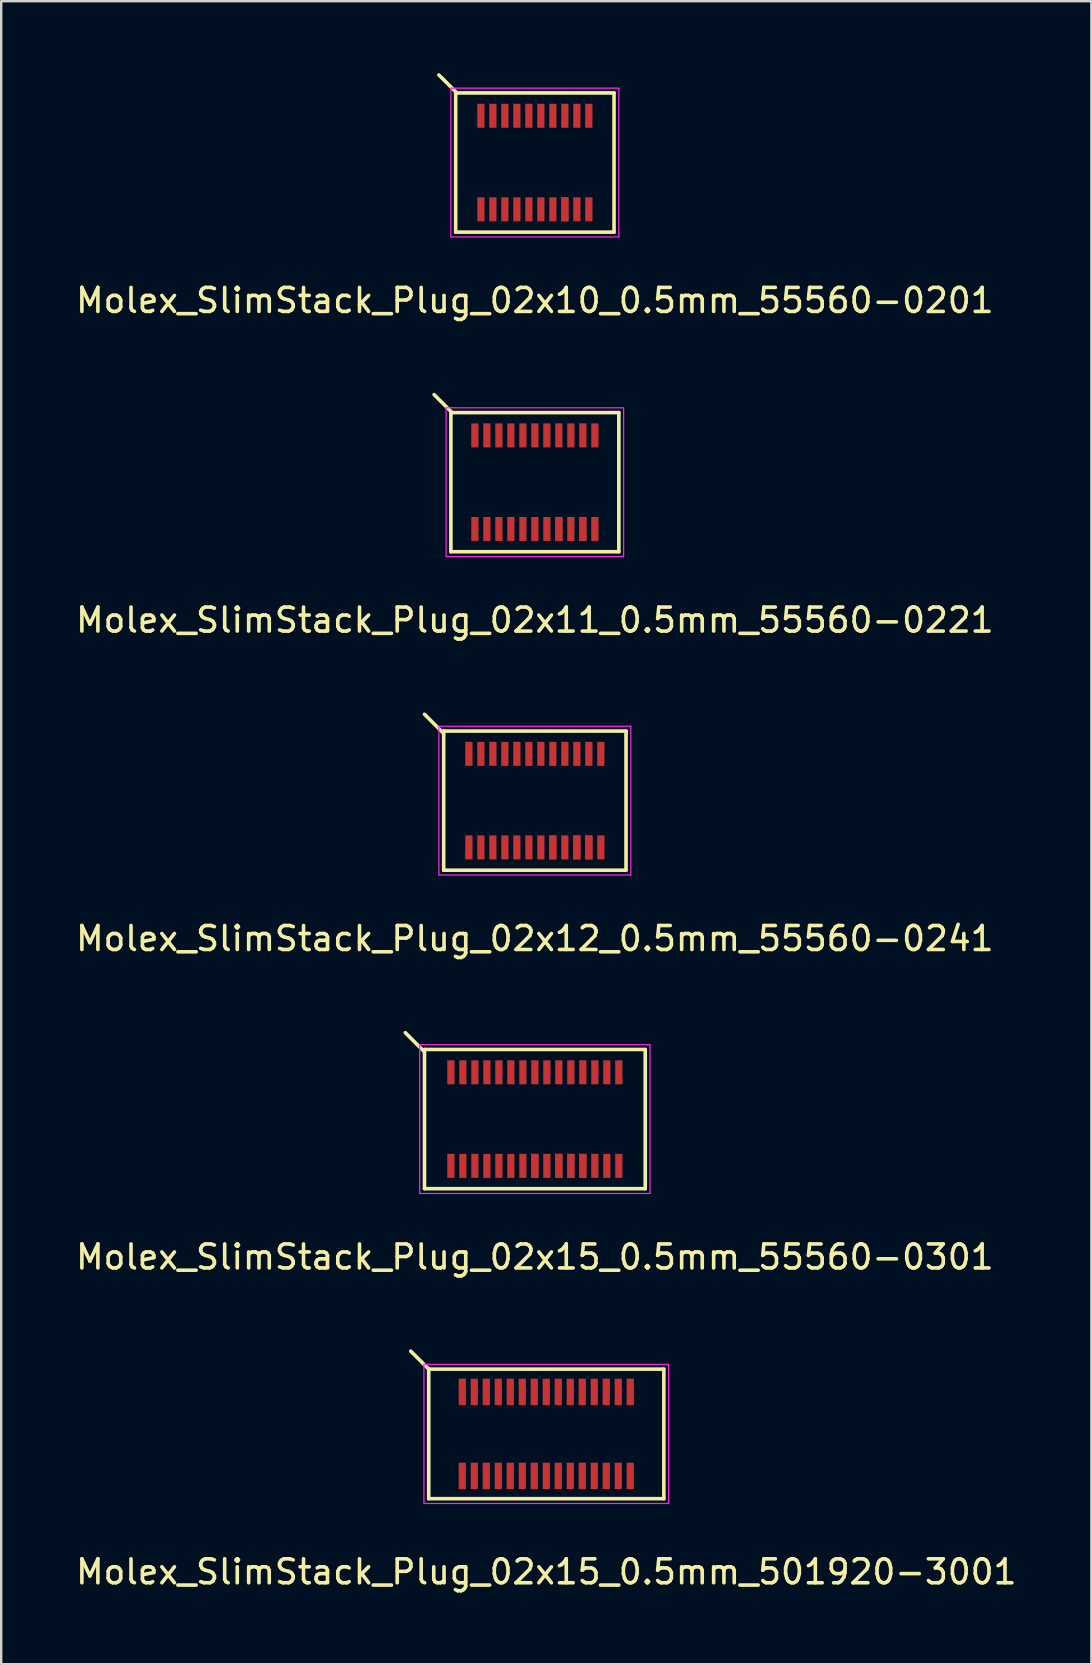
<source format=kicad_pcb>
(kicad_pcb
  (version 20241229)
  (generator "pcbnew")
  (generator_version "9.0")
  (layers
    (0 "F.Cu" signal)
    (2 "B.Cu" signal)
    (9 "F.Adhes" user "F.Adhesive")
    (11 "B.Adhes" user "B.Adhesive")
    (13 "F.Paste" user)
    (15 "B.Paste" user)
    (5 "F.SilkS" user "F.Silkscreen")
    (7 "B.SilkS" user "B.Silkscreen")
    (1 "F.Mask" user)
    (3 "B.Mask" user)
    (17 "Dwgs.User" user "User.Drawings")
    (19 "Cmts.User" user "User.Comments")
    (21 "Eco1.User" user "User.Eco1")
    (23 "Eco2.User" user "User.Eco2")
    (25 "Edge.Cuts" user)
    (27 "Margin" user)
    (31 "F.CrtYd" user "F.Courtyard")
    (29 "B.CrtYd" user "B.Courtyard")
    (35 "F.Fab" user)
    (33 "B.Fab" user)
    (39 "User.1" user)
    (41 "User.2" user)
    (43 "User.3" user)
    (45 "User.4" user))
  (footprint "Molex_SlimStack_Plug_02x15_0.5mm_55560-0301"
    (layer "F.Cu")
    (at 19.244 43.595)
    (property "Reference" "Molex_SlimStack_Plug_02x15_0.5mm_55560-0301" (at 0 5.75 0) (layer "F.SilkS") (effects (font (size 1 1) (thickness 0.15))))
    (attr smd)
    (fp_line (start -4.65 -2.85) (end -5.4 -3.6) (stroke (width 0.15) (type solid)) (layer "F.SilkS"))
    (fp_line (start -4.6 -2.9) (end -4.6 2.9) (stroke (width 0.15) (type solid)) (layer "F.SilkS"))
    (fp_line (start -4.6 2.9) (end 4.6 2.9) (stroke (width 0.15) (type solid)) (layer "F.SilkS"))
    (fp_line (start 4.6 -2.9) (end -4.6 -2.9) (stroke (width 0.15) (type solid)) (layer "F.SilkS"))
    (fp_line (start 4.6 2.9) (end 4.6 -2.9) (stroke (width 0.15) (type solid)) (layer "F.SilkS"))
    (fp_line (start -4.8 -3.1) (end -4.8 3.1) (stroke (width 0.05) (type solid)) (layer "F.CrtYd"))
    (fp_line (start -4.8 3.1) (end 4.8 3.1) (stroke (width 0.05) (type solid)) (layer "F.CrtYd"))
    (fp_line (start 4.8 -3.1) (end -4.8 -3.1) (stroke (width 0.05) (type solid)) (layer "F.CrtYd"))
    (fp_line (start 4.8 3.1) (end 4.8 -3.1) (stroke (width 0.05) (type solid)) (layer "F.CrtYd"))
    (pad "1" smd rect (at -3.5 -1.95) (size 0.3 1) (layers "F.Cu" "F.Mask" "F.Paste"))
    (pad "2" smd rect (at -3.5 1.95) (size 0.3 1) (layers "F.Cu" "F.Mask" "F.Paste"))
    (pad "3" smd rect (at -3 -1.95) (size 0.3 1) (layers "F.Cu" "F.Mask" "F.Paste"))
    (pad "4" smd rect (at -3 1.95) (size 0.3 1) (layers "F.Cu" "F.Mask" "F.Paste"))
    (pad "5" smd rect (at -2.5 -1.95) (size 0.3 1) (layers "F.Cu" "F.Mask" "F.Paste"))
    (pad "6" smd rect (at -2.5 1.95) (size 0.3 1) (layers "F.Cu" "F.Mask" "F.Paste"))
    (pad "7" smd rect (at -2 -1.95) (size 0.3 1) (layers "F.Cu" "F.Mask" "F.Paste"))
    (pad "8" smd rect (at -2 1.95) (size 0.3 1) (layers "F.Cu" "F.Mask" "F.Paste"))
    (pad "9" smd rect (at -1.5 -1.95) (size 0.3 1) (layers "F.Cu" "F.Mask" "F.Paste"))
    (pad "10" smd rect (at -1.5 1.95) (size 0.3 1) (layers "F.Cu" "F.Mask" "F.Paste"))
    (pad "11" smd rect (at -1 -1.95) (size 0.3 1) (layers "F.Cu" "F.Mask" "F.Paste"))
    (pad "12" smd rect (at -1 1.95) (size 0.3 1) (layers "F.Cu" "F.Mask" "F.Paste"))
    (pad "13" smd rect (at -0.5 -1.95) (size 0.3 1) (layers "F.Cu" "F.Mask" "F.Paste"))
    (pad "14" smd rect (at -0.5 1.95) (size 0.3 1) (layers "F.Cu" "F.Mask" "F.Paste"))
    (pad "15" smd rect (at 0 -1.95) (size 0.3 1) (layers "F.Cu" "F.Mask" "F.Paste"))
    (pad "16" smd rect (at 0 1.95) (size 0.3 1) (layers "F.Cu" "F.Mask" "F.Paste"))
    (pad "16" smd rect (at 0 1.95) (size 0.3 1) (layers "F.Cu" "F.Mask" "F.Paste"))
    (pad "17" smd rect (at 0.5 -1.95) (size 0.3 1) (layers "F.Cu" "F.Mask" "F.Paste"))
    (pad "18" smd rect (at 0.5 1.95) (size 0.3 1) (layers "F.Cu" "F.Mask" "F.Paste"))
    (pad "19" smd rect (at 1 -1.95) (size 0.3 1) (layers "F.Cu" "F.Mask" "F.Paste"))
    (pad "20" smd rect (at 1 1.95) (size 0.3 1) (layers "F.Cu" "F.Mask" "F.Paste"))
    (pad "20" smd rect (at 1 1.95) (size 0.3 1) (layers "F.Cu" "F.Mask" "F.Paste"))
    (pad "21" smd rect (at 1.5 -1.95) (size 0.3 1) (layers "F.Cu" "F.Mask" "F.Paste"))
    (pad "22" smd rect (at 1.5 1.95) (size 0.3 1) (layers "F.Cu" "F.Mask" "F.Paste"))
    (pad "22" smd rect (at 1.5 1.95) (size 0.3 1) (layers "F.Cu" "F.Mask" "F.Paste"))
    (pad "23" smd rect (at 2 -1.95) (size 0.3 1) (layers "F.Cu" "F.Mask" "F.Paste"))
    (pad "24" smd rect (at 2 1.95) (size 0.3 1) (layers "F.Cu" "F.Mask" "F.Paste"))
    (pad "24" smd rect (at 2 1.95) (size 0.3 1) (layers "F.Cu" "F.Mask" "F.Paste"))
    (pad "25" smd rect (at 2.5 -1.95) (size 0.3 1) (layers "F.Cu" "F.Mask" "F.Paste"))
    (pad "26" smd rect (at 2.5 1.95) (size 0.3 1) (layers "F.Cu" "F.Mask" "F.Paste"))
    (pad "27" smd rect (at 3 -1.95) (size 0.3 1) (layers "F.Cu" "F.Mask" "F.Paste"))
    (pad "28" smd rect (at 3 1.95) (size 0.3 1) (layers "F.Cu" "F.Mask" "F.Paste"))
    (pad "29" smd rect (at 3.5 -1.95) (size 0.3 1) (layers "F.Cu" "F.Mask" "F.Paste"))
    (pad "30" smd rect (at 3.5 1.95) (size 0.3 1) (layers "F.Cu" "F.Mask" "F.Paste")))
  (footprint "Molex_SlimStack_Plug_02x12_0.5mm_55560-0241"
    (layer "F.Cu")
    (at 19.244 30.322)
    (property "Reference" "Molex_SlimStack_Plug_02x12_0.5mm_55560-0241" (at 0 5.75 0) (layer "F.SilkS") (effects (font (size 1 1) (thickness 0.15))))
    (attr smd)
    (fp_line (start -3.85 -2.85) (end -4.6 -3.6) (stroke (width 0.15) (type solid)) (layer "F.SilkS"))
    (fp_line (start -3.8 -2.9) (end -3.8 2.9) (stroke (width 0.15) (type solid)) (layer "F.SilkS"))
    (fp_line (start -3.8 2.9) (end 3.8 2.9) (stroke (width 0.15) (type solid)) (layer "F.SilkS"))
    (fp_line (start 3.8 -2.9) (end -3.8 -2.9) (stroke (width 0.15) (type solid)) (layer "F.SilkS"))
    (fp_line (start 3.8 2.9) (end 3.8 -2.9) (stroke (width 0.15) (type solid)) (layer "F.SilkS"))
    (fp_line (start -4 -3.1) (end -4 3.1) (stroke (width 0.05) (type solid)) (layer "F.CrtYd"))
    (fp_line (start -4 3.1) (end 4 3.1) (stroke (width 0.05) (type solid)) (layer "F.CrtYd"))
    (fp_line (start 4 -3.1) (end -4 -3.1) (stroke (width 0.05) (type solid)) (layer "F.CrtYd"))
    (fp_line (start 4 3.1) (end 4 -3.1) (stroke (width 0.05) (type solid)) (layer "F.CrtYd"))
    (pad "1" smd rect (at -2.75 -1.95) (size 0.3 1) (layers "F.Cu" "F.Mask" "F.Paste"))
    (pad "2" smd rect (at -2.75 1.95) (size 0.3 1) (layers "F.Cu" "F.Mask" "F.Paste"))
    (pad "3" smd rect (at -2.25 -1.95) (size 0.3 1) (layers "F.Cu" "F.Mask" "F.Paste"))
    (pad "4" smd rect (at -2.25 1.95) (size 0.3 1) (layers "F.Cu" "F.Mask" "F.Paste"))
    (pad "5" smd rect (at -1.75 -1.95) (size 0.3 1) (layers "F.Cu" "F.Mask" "F.Paste"))
    (pad "6" smd rect (at -1.75 1.95) (size 0.3 1) (layers "F.Cu" "F.Mask" "F.Paste"))
    (pad "7" smd rect (at -1.25 -1.95) (size 0.3 1) (layers "F.Cu" "F.Mask" "F.Paste"))
    (pad "8" smd rect (at -1.25 1.95) (size 0.3 1) (layers "F.Cu" "F.Mask" "F.Paste"))
    (pad "9" smd rect (at -0.75 -1.95) (size 0.3 1) (layers "F.Cu" "F.Mask" "F.Paste"))
    (pad "10" smd rect (at -0.75 1.95) (size 0.3 1) (layers "F.Cu" "F.Mask" "F.Paste"))
    (pad "11" smd rect (at -0.25 -1.95) (size 0.3 1) (layers "F.Cu" "F.Mask" "F.Paste"))
    (pad "12" smd rect (at -0.25 1.95) (size 0.3 1) (layers "F.Cu" "F.Mask" "F.Paste"))
    (pad "13" smd rect (at 0.25 -1.95) (size 0.3 1) (layers "F.Cu" "F.Mask" "F.Paste"))
    (pad "14" smd rect (at 0.25 1.95) (size 0.3 1) (layers "F.Cu" "F.Mask" "F.Paste"))
    (pad "15" smd rect (at 0.75 -1.95) (size 0.3 1) (layers "F.Cu" "F.Mask" "F.Paste"))
    (pad "16" smd rect (at 0.75 1.95) (size 0.3 1) (layers "F.Cu" "F.Mask" "F.Paste"))
    (pad "16" smd rect (at 0.75 1.95) (size 0.3 1) (layers "F.Cu" "F.Mask" "F.Paste"))
    (pad "17" smd rect (at 1.25 -1.95) (size 0.3 1) (layers "F.Cu" "F.Mask" "F.Paste"))
    (pad "18" smd rect (at 1.25 1.95) (size 0.3 1) (layers "F.Cu" "F.Mask" "F.Paste"))
    (pad "19" smd rect (at 1.75 -1.95) (size 0.3 1) (layers "F.Cu" "F.Mask" "F.Paste"))
    (pad "20" smd rect (at 1.75 1.95) (size 0.3 1) (layers "F.Cu" "F.Mask" "F.Paste"))
    (pad "20" smd rect (at 1.75 1.95) (size 0.3 1) (layers "F.Cu" "F.Mask" "F.Paste"))
    (pad "21" smd rect (at 2.25 -1.95) (size 0.3 1) (layers "F.Cu" "F.Mask" "F.Paste"))
    (pad "22" smd rect (at 2.25 1.95) (size 0.3 1) (layers "F.Cu" "F.Mask" "F.Paste"))
    (pad "22" smd rect (at 2.25 1.95) (size 0.3 1) (layers "F.Cu" "F.Mask" "F.Paste"))
    (pad "23" smd rect (at 2.75 -1.95) (size 0.3 1) (layers "F.Cu" "F.Mask" "F.Paste"))
    (pad "24" smd rect (at 2.75 1.95) (size 0.3 1) (layers "F.Cu" "F.Mask" "F.Paste")))
  (footprint "Molex_SlimStack_Plug_02x10_0.5mm_55560-0201"
    (layer "F.Cu")
    (at 19.244 3.725)
    (property "Reference" "Molex_SlimStack_Plug_02x10_0.5mm_55560-0201" (at 0 5.75 0) (layer "F.SilkS") (effects (font (size 1 1) (thickness 0.15))))
    (attr smd)
    (fp_line (start -3.3 -2.9) (end -3.3 2.9) (stroke (width 0.15) (type solid)) (layer "F.SilkS"))
    (fp_line (start -3.3 2.9) (end 3.3 2.9) (stroke (width 0.15) (type solid)) (layer "F.SilkS"))
    (fp_line (start -3.25 -2.9) (end -4 -3.65) (stroke (width 0.15) (type solid)) (layer "F.SilkS"))
    (fp_line (start 3.3 -2.9) (end -3.3 -2.9) (stroke (width 0.15) (type solid)) (layer "F.SilkS"))
    (fp_line (start 3.3 2.9) (end 3.3 -2.9) (stroke (width 0.15) (type solid)) (layer "F.SilkS"))
    (fp_line (start -3.5 -3.1) (end -3.5 3.1) (stroke (width 0.05) (type solid)) (layer "F.CrtYd"))
    (fp_line (start -3.5 3.1) (end 3.5 3.1) (stroke (width 0.05) (type solid)) (layer "F.CrtYd"))
    (fp_line (start 3.5 -3.1) (end -3.5 -3.1) (stroke (width 0.05) (type solid)) (layer "F.CrtYd"))
    (fp_line (start 3.5 3.1) (end 3.5 -3.1) (stroke (width 0.05) (type solid)) (layer "F.CrtYd"))
    (pad "1" smd rect (at -2.25 -1.95) (size 0.3 1) (layers "F.Cu" "F.Mask" "F.Paste"))
    (pad "2" smd rect (at -2.25 1.95) (size 0.3 1) (layers "F.Cu" "F.Mask" "F.Paste"))
    (pad "3" smd rect (at -1.75 -1.95) (size 0.3 1) (layers "F.Cu" "F.Mask" "F.Paste"))
    (pad "4" smd rect (at -1.75 1.95) (size 0.3 1) (layers "F.Cu" "F.Mask" "F.Paste"))
    (pad "5" smd rect (at -1.25 -1.95) (size 0.3 1) (layers "F.Cu" "F.Mask" "F.Paste"))
    (pad "6" smd rect (at -1.25 1.95) (size 0.3 1) (layers "F.Cu" "F.Mask" "F.Paste"))
    (pad "7" smd rect (at -0.75 -1.95) (size 0.3 1) (layers "F.Cu" "F.Mask" "F.Paste"))
    (pad "8" smd rect (at -0.75 1.95) (size 0.3 1) (layers "F.Cu" "F.Mask" "F.Paste"))
    (pad "9" smd rect (at -0.25 -1.95) (size 0.3 1) (layers "F.Cu" "F.Mask" "F.Paste"))
    (pad "10" smd rect (at -0.25 1.95) (size 0.3 1) (layers "F.Cu" "F.Mask" "F.Paste"))
    (pad "11" smd rect (at 0.25 -1.95) (size 0.3 1) (layers "F.Cu" "F.Mask" "F.Paste"))
    (pad "12" smd rect (at 0.25 1.95) (size 0.3 1) (layers "F.Cu" "F.Mask" "F.Paste"))
    (pad "13" smd rect (at 0.75 -1.95) (size 0.3 1) (layers "F.Cu" "F.Mask" "F.Paste"))
    (pad "14" smd rect (at 0.75 1.95) (size 0.3 1) (layers "F.Cu" "F.Mask" "F.Paste"))
    (pad "15" smd rect (at 1.25 -1.95) (size 0.3 1) (layers "F.Cu" "F.Mask" "F.Paste"))
    (pad "16" smd rect (at 1.25 1.95) (size 0.3 1) (layers "F.Cu" "F.Mask" "F.Paste"))
    (pad "16" smd rect (at 1.25 1.95) (size 0.3 1) (layers "F.Cu" "F.Mask" "F.Paste"))
    (pad "17" smd rect (at 1.75 -1.95) (size 0.3 1) (layers "F.Cu" "F.Mask" "F.Paste"))
    (pad "18" smd rect (at 1.75 1.95) (size 0.3 1) (layers "F.Cu" "F.Mask" "F.Paste"))
    (pad "19" smd rect (at 2.25 -1.95) (size 0.3 1) (layers "F.Cu" "F.Mask" "F.Paste"))
    (pad "20" smd rect (at 2.25 1.95) (size 0.3 1) (layers "F.Cu" "F.Mask" "F.Paste")))
  (footprint "Molex_SlimStack_Plug_02x11_0.5mm_55560-0221"
    (layer "F.Cu")
    (at 19.244 17.048)
    (property "Reference" "Molex_SlimStack_Plug_02x11_0.5mm_55560-0221" (at 0 5.75 0) (layer "F.SilkS") (effects (font (size 1 1) (thickness 0.15))))
    (attr smd)
    (fp_line (start -3.5 -2.9) (end -3.5 2.9) (stroke (width 0.15) (type solid)) (layer "F.SilkS"))
    (fp_line (start -3.5 2.9) (end 3.5 2.9) (stroke (width 0.15) (type solid)) (layer "F.SilkS"))
    (fp_line (start -3.45 -2.9) (end -4.2 -3.65) (stroke (width 0.15) (type solid)) (layer "F.SilkS"))
    (fp_line (start 3.5 -2.9) (end -3.5 -2.9) (stroke (width 0.15) (type solid)) (layer "F.SilkS"))
    (fp_line (start 3.5 2.9) (end 3.5 -2.9) (stroke (width 0.15) (type solid)) (layer "F.SilkS"))
    (fp_line (start -3.7 -3.1) (end -3.7 3.1) (stroke (width 0.05) (type solid)) (layer "F.CrtYd"))
    (fp_line (start -3.7 3.1) (end 3.7 3.1) (stroke (width 0.05) (type solid)) (layer "F.CrtYd"))
    (fp_line (start 3.7 -3.1) (end -3.7 -3.1) (stroke (width 0.05) (type solid)) (layer "F.CrtYd"))
    (fp_line (start 3.7 3.1) (end 3.7 -3.1) (stroke (width 0.05) (type solid)) (layer "F.CrtYd"))
    (pad "1" smd rect (at -2.5 -1.95) (size 0.3 1) (layers "F.Cu" "F.Mask" "F.Paste"))
    (pad "2" smd rect (at -2.5 1.95) (size 0.3 1) (layers "F.Cu" "F.Mask" "F.Paste"))
    (pad "3" smd rect (at -2 -1.95) (size 0.3 1) (layers "F.Cu" "F.Mask" "F.Paste"))
    (pad "4" smd rect (at -2 1.95) (size 0.3 1) (layers "F.Cu" "F.Mask" "F.Paste"))
    (pad "5" smd rect (at -1.5 -1.95) (size 0.3 1) (layers "F.Cu" "F.Mask" "F.Paste"))
    (pad "6" smd rect (at -1.5 1.95) (size 0.3 1) (layers "F.Cu" "F.Mask" "F.Paste"))
    (pad "7" smd rect (at -1 -1.95) (size 0.3 1) (layers "F.Cu" "F.Mask" "F.Paste"))
    (pad "8" smd rect (at -1 1.95) (size 0.3 1) (layers "F.Cu" "F.Mask" "F.Paste"))
    (pad "9" smd rect (at -0.5 -1.95) (size 0.3 1) (layers "F.Cu" "F.Mask" "F.Paste"))
    (pad "10" smd rect (at -0.5 1.95) (size 0.3 1) (layers "F.Cu" "F.Mask" "F.Paste"))
    (pad "11" smd rect (at 0 -1.95) (size 0.3 1) (layers "F.Cu" "F.Mask" "F.Paste"))
    (pad "12" smd rect (at 0 1.95) (size 0.3 1) (layers "F.Cu" "F.Mask" "F.Paste"))
    (pad "13" smd rect (at 0.5 -1.95) (size 0.3 1) (layers "F.Cu" "F.Mask" "F.Paste"))
    (pad "14" smd rect (at 0.5 1.95) (size 0.3 1) (layers "F.Cu" "F.Mask" "F.Paste"))
    (pad "15" smd rect (at 1 -1.95) (size 0.3 1) (layers "F.Cu" "F.Mask" "F.Paste"))
    (pad "16" smd rect (at 1 1.95) (size 0.3 1) (layers "F.Cu" "F.Mask" "F.Paste"))
    (pad "16" smd rect (at 1 1.95) (size 0.3 1) (layers "F.Cu" "F.Mask" "F.Paste"))
    (pad "17" smd rect (at 1.5 -1.95) (size 0.3 1) (layers "F.Cu" "F.Mask" "F.Paste"))
    (pad "18" smd rect (at 1.5 1.95) (size 0.3 1) (layers "F.Cu" "F.Mask" "F.Paste"))
    (pad "19" smd rect (at 2 -1.95) (size 0.3 1) (layers "F.Cu" "F.Mask" "F.Paste"))
    (pad "20" smd rect (at 2 1.95) (size 0.3 1) (layers "F.Cu" "F.Mask" "F.Paste"))
    (pad "20" smd rect (at 2 1.95) (size 0.3 1) (layers "F.Cu" "F.Mask" "F.Paste"))
    (pad "21" smd rect (at 2.5 -1.95) (size 0.3 1) (layers "F.Cu" "F.Mask" "F.Paste"))
    (pad "22" smd rect (at 2.5 1.95) (size 0.3 1) (layers "F.Cu" "F.Mask" "F.Paste")))
  (footprint "Molex_SlimStack_Plug_02x15_0.5mm_501920-3001"
    (layer "F.Cu")
    (at 19.72 56.718)
    (property "Reference" "Molex_SlimStack_Plug_02x15_0.5mm_501920-3001" (at 0 5.75 0) (layer "F.SilkS") (effects (font (size 1 1) (thickness 0.15))))
    (attr smd)
    (fp_line (start -4.9 -2.7) (end -5.65 -3.45) (stroke (width 0.15) (type solid)) (layer "F.SilkS"))
    (fp_line (start -4.9 -2.7) (end -4.9 2.7) (stroke (width 0.15) (type solid)) (layer "F.SilkS"))
    (fp_line (start -4.9 2.7) (end 4.9 2.7) (stroke (width 0.15) (type solid)) (layer "F.SilkS"))
    (fp_line (start 4.9 -2.7) (end -4.9 -2.7) (stroke (width 0.15) (type solid)) (layer "F.SilkS"))
    (fp_line (start 4.9 2.7) (end 4.9 -2.7) (stroke (width 0.15) (type solid)) (layer "F.SilkS"))
    (fp_line (start -5.1 -2.9) (end -5.1 2.9) (stroke (width 0.05) (type solid)) (layer "F.CrtYd"))
    (fp_line (start -5.1 2.9) (end 5.1 2.9) (stroke (width 0.05) (type solid)) (layer "F.CrtYd"))
    (fp_line (start 5.1 -2.9) (end -5.1 -2.9) (stroke (width 0.05) (type solid)) (layer "F.CrtYd"))
    (fp_line (start 5.1 2.9) (end 5.1 -2.9) (stroke (width 0.05) (type solid)) (layer "F.CrtYd"))
    (pad "1" smd rect (at -3.5 -1.75) (size 0.3 1.1) (layers "F.Cu" "F.Mask" "F.Paste"))
    (pad "2" smd rect (at -3.5 1.75) (size 0.3 1.1) (layers "F.Cu" "F.Mask" "F.Paste"))
    (pad "3" smd rect (at -3 -1.75) (size 0.3 1.1) (layers "F.Cu" "F.Mask" "F.Paste"))
    (pad "4" smd rect (at -3 1.75) (size 0.3 1.1) (layers "F.Cu" "F.Mask" "F.Paste"))
    (pad "5" smd rect (at -2.5 -1.75) (size 0.3 1.1) (layers "F.Cu" "F.Mask" "F.Paste"))
    (pad "6" smd rect (at -2.5 1.75) (size 0.3 1.1) (layers "F.Cu" "F.Mask" "F.Paste"))
    (pad "7" smd rect (at -2 -1.75) (size 0.3 1.1) (layers "F.Cu" "F.Mask" "F.Paste"))
    (pad "8" smd rect (at -2 1.75) (size 0.3 1.1) (layers "F.Cu" "F.Mask" "F.Paste"))
    (pad "9" smd rect (at -1.5 -1.75) (size 0.3 1.1) (layers "F.Cu" "F.Mask" "F.Paste"))
    (pad "10" smd rect (at -1.5 1.75) (size 0.3 1.1) (layers "F.Cu" "F.Mask" "F.Paste"))
    (pad "11" smd rect (at -1 -1.75) (size 0.3 1.1) (layers "F.Cu" "F.Mask" "F.Paste"))
    (pad "12" smd rect (at -1 1.75) (size 0.3 1.1) (layers "F.Cu" "F.Mask" "F.Paste"))
    (pad "13" smd rect (at -0.5 -1.75) (size 0.3 1.1) (layers "F.Cu" "F.Mask" "F.Paste"))
    (pad "14" smd rect (at -0.5 1.75) (size 0.3 1.1) (layers "F.Cu" "F.Mask" "F.Paste"))
    (pad "15" smd rect (at 0 -1.75) (size 0.3 1.1) (layers "F.Cu" "F.Mask" "F.Paste"))
    (pad "16" smd rect (at 0 1.75) (size 0.3 1.1) (layers "F.Cu" "F.Mask" "F.Paste"))
    (pad "17" smd rect (at 0.5 -1.75) (size 0.3 1.1) (layers "F.Cu" "F.Mask" "F.Paste"))
    (pad "18" smd rect (at 0.5 1.75) (size 0.3 1.1) (layers "F.Cu" "F.Mask" "F.Paste"))
    (pad "19" smd rect (at 1 -1.75) (size 0.3 1.1) (layers "F.Cu" "F.Mask" "F.Paste"))
    (pad "20" smd rect (at 1 1.75) (size 0.3 1.1) (layers "F.Cu" "F.Mask" "F.Paste"))
    (pad "21" smd rect (at 1.5 -1.75) (size 0.3 1.1) (layers "F.Cu" "F.Mask" "F.Paste"))
    (pad "22" smd rect (at 1.5 1.75) (size 0.3 1.1) (layers "F.Cu" "F.Mask" "F.Paste"))
    (pad "23" smd rect (at 2 -1.75) (size 0.3 1.1) (layers "F.Cu" "F.Mask" "F.Paste"))
    (pad "24" smd rect (at 2 1.75) (size 0.3 1.1) (layers "F.Cu" "F.Mask" "F.Paste"))
    (pad "25" smd rect (at 2.5 -1.75) (size 0.3 1.1) (layers "F.Cu" "F.Mask" "F.Paste"))
    (pad "26" smd rect (at 2.5 1.75) (size 0.3 1.1) (layers "F.Cu" "F.Mask" "F.Paste"))
    (pad "27" smd rect (at 3 -1.75) (size 0.3 1.1) (layers "F.Cu" "F.Mask" "F.Paste"))
    (pad "28" smd rect (at 3 1.75) (size 0.3 1.1) (layers "F.Cu" "F.Mask" "F.Paste"))
    (pad "29" smd rect (at 3.5 -1.75) (size 0.3 1.1) (layers "F.Cu" "F.Mask" "F.Paste"))
    (pad "30" smd rect (at 3.5 1.75) (size 0.3 1.1) (layers "F.Cu" "F.Mask" "F.Paste")))
  (gr_rect
    (start -3 -3)
    (end 42.44 66.316)
    (stroke (width 0.1) (type default))
    (fill no)
    (layer "Edge.Cuts")))
</source>
